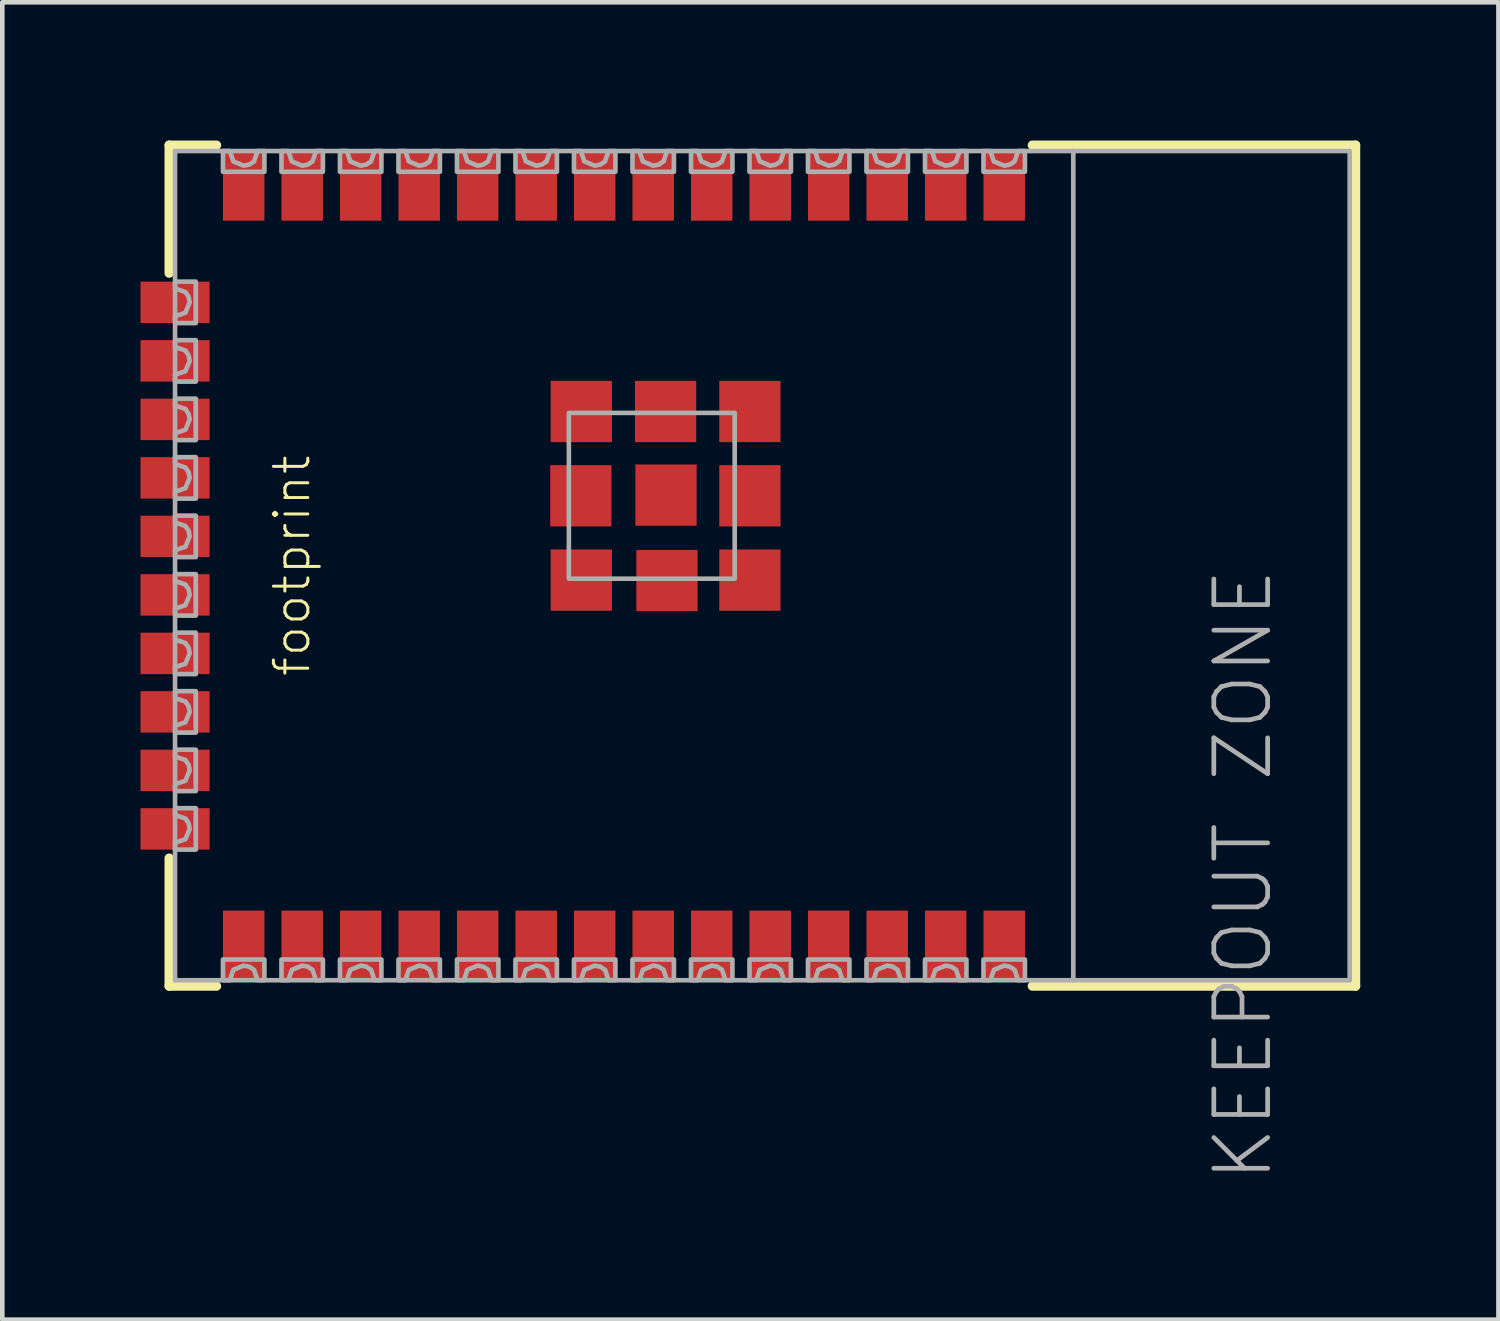
<source format=kicad_pcb>
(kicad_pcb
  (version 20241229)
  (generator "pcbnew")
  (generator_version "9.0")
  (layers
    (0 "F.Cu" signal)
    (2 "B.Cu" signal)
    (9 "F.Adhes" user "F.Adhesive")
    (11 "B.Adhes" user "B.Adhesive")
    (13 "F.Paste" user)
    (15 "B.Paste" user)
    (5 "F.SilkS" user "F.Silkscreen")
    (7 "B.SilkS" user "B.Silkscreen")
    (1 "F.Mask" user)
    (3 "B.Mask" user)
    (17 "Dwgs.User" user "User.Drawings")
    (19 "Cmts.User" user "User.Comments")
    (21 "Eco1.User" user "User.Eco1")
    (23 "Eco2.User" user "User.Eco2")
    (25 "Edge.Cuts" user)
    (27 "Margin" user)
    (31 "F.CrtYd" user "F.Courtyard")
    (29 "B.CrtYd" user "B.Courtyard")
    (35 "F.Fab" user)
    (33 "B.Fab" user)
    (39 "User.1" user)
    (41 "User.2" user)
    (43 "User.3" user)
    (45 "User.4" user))
  (footprint "footprint"
    (layer "F.Cu")
    (at 12.32 9.229)
    (property "Reference" "footprint" (at -9.03 0 90) (layer "F.SilkS") (effects (font (size 0.748 0.748) (thickness 0.065))))
    (fp_line (start -11.697 -9.127) (end -10.67 -9.127) (stroke (width 0.203) (type solid)) (layer "F.SilkS"))
    (fp_line (start -11.697 -6.35) (end -11.697 -9.127) (stroke (width 0.203) (type solid)) (layer "F.SilkS"))
    (fp_line (start -11.697 6.35) (end -11.697 9.127) (stroke (width 0.203) (type solid)) (layer "F.SilkS"))
    (fp_line (start -11.697 9.127) (end -10.67 9.127) (stroke (width 0.203) (type solid)) (layer "F.SilkS"))
    (fp_line (start 7.041 -9.127) (end 14.057 -9.127) (stroke (width 0.203) (type solid)) (layer "F.SilkS"))
    (fp_line (start 7.041 9.127) (end 14.057 9.127) (stroke (width 0.203) (type solid)) (layer "F.SilkS"))
    (fp_line (start 14.057 -9.127) (end 14.057 9.127) (stroke (width 0.203) (type solid)) (layer "F.SilkS"))
    (fp_line (start -11.57 -9) (end 7.93 -9) (stroke (width 0.1) (type solid)) (layer "F.Fab"))
    (fp_line (start -11.57 9) (end -11.57 -9) (stroke (width 0.1) (type solid)) (layer "F.Fab"))
    (fp_line (start 7.93 -9) (end 13.93 -9) (stroke (width 0.1) (type solid)) (layer "F.Fab"))
    (fp_line (start 7.93 9) (end -11.57 9) (stroke (width 0.1) (type solid)) (layer "F.Fab"))
    (fp_line (start 7.93 9) (end 7.93 -9) (stroke (width 0.1) (type solid)) (layer "F.Fab"))
    (fp_line (start 13.93 -9) (end 13.93 9) (stroke (width 0.1) (type solid)) (layer "F.Fab"))
    (fp_line (start 13.93 9) (end 7.93 9) (stroke (width 0.1) (type solid)) (layer "F.Fab"))
    (fp_poly (pts (xy -3.021 0.284) (xy 0.579 0.284) (xy 0.579 -3.316) (xy -3.021 -3.316)) (stroke (width 0.1) (type solid)) (fill no) (layer "F.Fab"))
    (fp_poly (pts (xy -10.53 9) (xy -10.53 8.55) (xy -9.63 8.55) (xy -9.63 9) (xy -9.78 9) (xy -9.855 8.775) (xy -9.958 8.706) (xy -10.08 8.682) (xy -10.305 8.775) (xy -10.38 9)) (stroke (width 0.1) (type solid)) (fill no) (layer "F.Fab"))
    (fp_poly (pts (xy -9.26 9) (xy -9.26 8.55) (xy -8.36 8.55) (xy -8.36 9) (xy -8.51 9) (xy -8.585 8.775) (xy -8.688 8.706) (xy -8.81 8.682) (xy -9.035 8.775) (xy -9.11 9)) (stroke (width 0.1) (type solid)) (fill no) (layer "F.Fab"))
    (fp_poly (pts (xy -7.99 9) (xy -7.99 8.55) (xy -7.09 8.55) (xy -7.09 9) (xy -7.24 9) (xy -7.315 8.775) (xy -7.418 8.706) (xy -7.54 8.682) (xy -7.765 8.775) (xy -7.84 9)) (stroke (width 0.1) (type solid)) (fill no) (layer "F.Fab"))
    (fp_poly (pts (xy -6.72 9) (xy -6.72 8.55) (xy -5.82 8.55) (xy -5.82 9) (xy -5.97 9) (xy -6.045 8.775) (xy -6.148 8.706) (xy -6.27 8.682) (xy -6.495 8.775) (xy -6.57 9)) (stroke (width 0.1) (type solid)) (fill no) (layer "F.Fab"))
    (fp_poly (pts (xy -5.45 9) (xy -5.45 8.55) (xy -4.55 8.55) (xy -4.55 9) (xy -4.7 9) (xy -4.775 8.775) (xy -4.878 8.706) (xy -5 8.682) (xy -5.225 8.775) (xy -5.3 9)) (stroke (width 0.1) (type solid)) (fill no) (layer "F.Fab"))
    (fp_poly (pts (xy -4.18 9) (xy -4.18 8.55) (xy -3.28 8.55) (xy -3.28 9) (xy -3.43 9) (xy -3.505 8.775) (xy -3.608 8.706) (xy -3.73 8.682) (xy -3.955 8.775) (xy -4.03 9)) (stroke (width 0.1) (type solid)) (fill no) (layer "F.Fab"))
    (fp_poly (pts (xy -2.91 9) (xy -2.91 8.55) (xy -2.01 8.55) (xy -2.01 9) (xy -2.16 9) (xy -2.235 8.775) (xy -2.338 8.706) (xy -2.46 8.682) (xy -2.685 8.775) (xy -2.76 9)) (stroke (width 0.1) (type solid)) (fill no) (layer "F.Fab"))
    (fp_poly (pts (xy -1.64 9) (xy -1.64 8.55) (xy -0.74 8.55) (xy -0.74 9) (xy -0.89 9) (xy -0.965 8.775) (xy -1.068 8.706) (xy -1.19 8.682) (xy -1.415 8.775) (xy -1.49 9)) (stroke (width 0.1) (type solid)) (fill no) (layer "F.Fab"))
    (fp_poly (pts (xy -11.12 -5.265) (xy -11.57 -5.265) (xy -11.57 -5.415) (xy -11.345 -5.49) (xy -11.252 -5.715) (xy -11.276 -5.837) (xy -11.345 -5.94) (xy -11.57 -6.015) (xy -11.57 -6.015) (xy -11.57 -6.165) (xy -11.12 -6.165)) (stroke (width 0.1) (type solid)) (fill no) (layer "F.Fab"))
    (fp_poly (pts (xy -11.12 -3.995) (xy -11.57 -3.995) (xy -11.57 -4.145) (xy -11.345 -4.22) (xy -11.252 -4.445) (xy -11.276 -4.567) (xy -11.345 -4.67) (xy -11.57 -4.745) (xy -11.57 -4.745) (xy -11.57 -4.895) (xy -11.12 -4.895)) (stroke (width 0.1) (type solid)) (fill no) (layer "F.Fab"))
    (fp_poly (pts (xy -11.12 -2.725) (xy -11.57 -2.725) (xy -11.57 -2.875) (xy -11.345 -2.95) (xy -11.252 -3.175) (xy -11.276 -3.297) (xy -11.345 -3.4) (xy -11.57 -3.475) (xy -11.57 -3.475) (xy -11.57 -3.625) (xy -11.12 -3.625)) (stroke (width 0.1) (type solid)) (fill no) (layer "F.Fab"))
    (fp_poly (pts (xy -11.12 -1.455) (xy -11.57 -1.455) (xy -11.57 -1.605) (xy -11.345 -1.68) (xy -11.252 -1.905) (xy -11.276 -2.027) (xy -11.345 -2.13) (xy -11.57 -2.205) (xy -11.57 -2.205) (xy -11.57 -2.355) (xy -11.12 -2.355)) (stroke (width 0.1) (type solid)) (fill no) (layer "F.Fab"))
    (fp_poly (pts (xy -11.12 -0.185) (xy -11.57 -0.185) (xy -11.57 -0.335) (xy -11.345 -0.41) (xy -11.252 -0.635) (xy -11.276 -0.757) (xy -11.345 -0.86) (xy -11.57 -0.935) (xy -11.57 -0.935) (xy -11.57 -1.085) (xy -11.12 -1.085)) (stroke (width 0.1) (type solid)) (fill no) (layer "F.Fab"))
    (fp_poly (pts (xy -11.12 1.085) (xy -11.57 1.085) (xy -11.57 0.935) (xy -11.345 0.86) (xy -11.345 0.86) (xy -11.252 0.635) (xy -11.276 0.513) (xy -11.345 0.41) (xy -11.57 0.335) (xy -11.57 0.185) (xy -11.12 0.185)) (stroke (width 0.1) (type solid)) (fill no) (layer "F.Fab"))
    (fp_poly (pts (xy -11.12 2.355) (xy -11.57 2.355) (xy -11.57 2.205) (xy -11.345 2.13) (xy -11.345 2.13) (xy -11.252 1.905) (xy -11.276 1.783) (xy -11.345 1.68) (xy -11.57 1.605) (xy -11.57 1.455) (xy -11.12 1.455)) (stroke (width 0.1) (type solid)) (fill no) (layer "F.Fab"))
    (fp_poly (pts (xy -11.12 3.625) (xy -11.57 3.625) (xy -11.57 3.475) (xy -11.345 3.4) (xy -11.345 3.4) (xy -11.252 3.175) (xy -11.276 3.053) (xy -11.345 2.95) (xy -11.57 2.875) (xy -11.57 2.725) (xy -11.12 2.725)) (stroke (width 0.1) (type solid)) (fill no) (layer "F.Fab"))
    (fp_poly (pts (xy -11.12 4.895) (xy -11.57 4.895) (xy -11.57 4.745) (xy -11.345 4.67) (xy -11.345 4.67) (xy -11.252 4.445) (xy -11.276 4.323) (xy -11.345 4.22) (xy -11.57 4.145) (xy -11.57 3.995) (xy -11.12 3.995)) (stroke (width 0.1) (type solid)) (fill no) (layer "F.Fab"))
    (fp_poly (pts (xy -11.12 6.165) (xy -11.57 6.165) (xy -11.57 6.015) (xy -11.345 5.94) (xy -11.345 5.94) (xy -11.252 5.715) (xy -11.276 5.593) (xy -11.345 5.49) (xy -11.57 5.415) (xy -11.57 5.265) (xy -11.12 5.265)) (stroke (width 0.1) (type solid)) (fill no) (layer "F.Fab"))
    (fp_poly (pts (xy -10.305 -8.775) (xy -10.305 -8.775) (xy -10.08 -8.682) (xy -9.958 -8.706) (xy -9.855 -8.775) (xy -9.78 -9) (xy -9.63 -9) (xy -9.63 -8.55) (xy -10.53 -8.55) (xy -10.53 -9) (xy -10.38 -9)) (stroke (width 0.1) (type solid)) (fill no) (layer "F.Fab"))
    (fp_poly (pts (xy -9.035 -8.775) (xy -9.035 -8.775) (xy -8.81 -8.682) (xy -8.688 -8.706) (xy -8.585 -8.775) (xy -8.51 -9) (xy -8.36 -9) (xy -8.36 -8.55) (xy -9.26 -8.55) (xy -9.26 -9) (xy -9.11 -9)) (stroke (width 0.1) (type solid)) (fill no) (layer "F.Fab"))
    (fp_poly (pts (xy -7.765 -8.775) (xy -7.765 -8.775) (xy -7.54 -8.682) (xy -7.418 -8.706) (xy -7.315 -8.775) (xy -7.24 -9) (xy -7.09 -9) (xy -7.09 -8.55) (xy -7.99 -8.55) (xy -7.99 -9) (xy -7.84 -9)) (stroke (width 0.1) (type solid)) (fill no) (layer "F.Fab"))
    (fp_poly (pts (xy -6.495 -8.775) (xy -6.495 -8.775) (xy -6.27 -8.682) (xy -6.148 -8.706) (xy -6.045 -8.775) (xy -5.97 -9) (xy -5.82 -9) (xy -5.82 -8.55) (xy -6.72 -8.55) (xy -6.72 -9) (xy -6.57 -9)) (stroke (width 0.1) (type solid)) (fill no) (layer "F.Fab"))
    (fp_poly (pts (xy -5.225 -8.775) (xy -5.225 -8.775) (xy -5 -8.682) (xy -4.878 -8.706) (xy -4.775 -8.775) (xy -4.7 -9) (xy -4.55 -9) (xy -4.55 -8.55) (xy -5.45 -8.55) (xy -5.45 -9) (xy -5.3 -9)) (stroke (width 0.1) (type solid)) (fill no) (layer "F.Fab"))
    (fp_poly (pts (xy -3.955 -8.775) (xy -3.955 -8.775) (xy -3.73 -8.682) (xy -3.608 -8.706) (xy -3.505 -8.775) (xy -3.43 -9) (xy -3.28 -9) (xy -3.28 -8.55) (xy -4.18 -8.55) (xy -4.18 -9) (xy -4.03 -9)) (stroke (width 0.1) (type solid)) (fill no) (layer "F.Fab"))
    (fp_poly (pts (xy -2.685 -8.775) (xy -2.685 -8.775) (xy -2.46 -8.682) (xy -2.338 -8.706) (xy -2.235 -8.775) (xy -2.16 -9) (xy -2.01 -9) (xy -2.01 -8.55) (xy -2.91 -8.55) (xy -2.91 -9) (xy -2.76 -9)) (stroke (width 0.1) (type solid)) (fill no) (layer "F.Fab"))
    (fp_poly (pts (xy -1.415 -8.775) (xy -1.415 -8.775) (xy -1.19 -8.682) (xy -1.068 -8.706) (xy -0.965 -8.775) (xy -0.89 -9) (xy -0.74 -9) (xy -0.74 -8.55) (xy -1.64 -8.55) (xy -1.64 -9) (xy -1.49 -9)) (stroke (width 0.1) (type solid)) (fill no) (layer "F.Fab"))
    (fp_poly (pts (xy 0.38 -9) (xy 0.53 -9) (xy 0.53 -8.55) (xy -0.37 -8.55) (xy -0.37 -9) (xy -0.22 -9) (xy -0.145 -8.775) (xy 0.08 -8.682) (xy 0.202 -8.706) (xy 0.305 -8.775) (xy 0.38 -9)) (stroke (width 0.1) (type solid)) (fill no) (layer "F.Fab"))
    (fp_poly (pts (xy 0.53 9) (xy 0.38 9) (xy 0.38 9) (xy 0.305 8.775) (xy 0.202 8.706) (xy 0.08 8.682) (xy -0.145 8.775) (xy -0.22 9) (xy -0.37 9) (xy -0.37 8.55) (xy 0.53 8.55)) (stroke (width 0.1) (type solid)) (fill no) (layer "F.Fab"))
    (fp_poly (pts (xy 1.65 -9) (xy 1.8 -9) (xy 1.8 -8.55) (xy 0.9 -8.55) (xy 0.9 -9) (xy 1.05 -9) (xy 1.125 -8.775) (xy 1.35 -8.682) (xy 1.472 -8.706) (xy 1.575 -8.775) (xy 1.65 -9)) (stroke (width 0.1) (type solid)) (fill no) (layer "F.Fab"))
    (fp_poly (pts (xy 1.8 9) (xy 1.65 9) (xy 1.65 9) (xy 1.575 8.775) (xy 1.472 8.706) (xy 1.35 8.682) (xy 1.125 8.775) (xy 1.05 9) (xy 0.9 9) (xy 0.9 8.55) (xy 1.8 8.55)) (stroke (width 0.1) (type solid)) (fill no) (layer "F.Fab"))
    (fp_poly (pts (xy 2.92 -9) (xy 3.07 -9) (xy 3.07 -8.55) (xy 2.17 -8.55) (xy 2.17 -9) (xy 2.32 -9) (xy 2.395 -8.775) (xy 2.62 -8.682) (xy 2.742 -8.706) (xy 2.845 -8.775) (xy 2.92 -9)) (stroke (width 0.1) (type solid)) (fill no) (layer "F.Fab"))
    (fp_poly (pts (xy 3.07 9) (xy 2.92 9) (xy 2.92 9) (xy 2.845 8.775) (xy 2.742 8.706) (xy 2.62 8.682) (xy 2.395 8.775) (xy 2.32 9) (xy 2.17 9) (xy 2.17 8.55) (xy 3.07 8.55)) (stroke (width 0.1) (type solid)) (fill no) (layer "F.Fab"))
    (fp_poly (pts (xy 4.19 -9) (xy 4.34 -9) (xy 4.34 -8.55) (xy 3.44 -8.55) (xy 3.44 -9) (xy 3.59 -9) (xy 3.665 -8.775) (xy 3.89 -8.682) (xy 4.012 -8.706) (xy 4.115 -8.775) (xy 4.19 -9)) (stroke (width 0.1) (type solid)) (fill no) (layer "F.Fab"))
    (fp_poly (pts (xy 4.34 9) (xy 4.19 9) (xy 4.19 9) (xy 4.115 8.775) (xy 4.012 8.706) (xy 3.89 8.682) (xy 3.665 8.775) (xy 3.59 9) (xy 3.44 9) (xy 3.44 8.55) (xy 4.34 8.55)) (stroke (width 0.1) (type solid)) (fill no) (layer "F.Fab"))
    (fp_poly (pts (xy 5.46 -9) (xy 5.61 -9) (xy 5.61 -8.55) (xy 4.71 -8.55) (xy 4.71 -9) (xy 4.86 -9) (xy 4.935 -8.775) (xy 5.16 -8.682) (xy 5.282 -8.706) (xy 5.385 -8.775) (xy 5.46 -9)) (stroke (width 0.1) (type solid)) (fill no) (layer "F.Fab"))
    (fp_poly (pts (xy 5.61 9) (xy 5.46 9) (xy 5.46 9) (xy 5.385 8.775) (xy 5.282 8.706) (xy 5.16 8.682) (xy 4.935 8.775) (xy 4.86 9) (xy 4.71 9) (xy 4.71 8.55) (xy 5.61 8.55)) (stroke (width 0.1) (type solid)) (fill no) (layer "F.Fab"))
    (fp_poly (pts (xy 6.73 -9) (xy 6.88 -9) (xy 6.88 -8.55) (xy 5.98 -8.55) (xy 5.98 -9) (xy 6.13 -9) (xy 6.205 -8.775) (xy 6.43 -8.682) (xy 6.552 -8.706) (xy 6.655 -8.775) (xy 6.73 -9)) (stroke (width 0.1) (type solid)) (fill no) (layer "F.Fab"))
    (fp_poly (pts (xy 6.88 9) (xy 6.73 9) (xy 6.73 9) (xy 6.655 8.775) (xy 6.552 8.706) (xy 6.43 8.682) (xy 6.205 8.775) (xy 6.13 9) (xy 5.98 9) (xy 5.98 8.55) (xy 6.88 8.55)) (stroke (width 0.1) (type solid)) (fill no) (layer "F.Fab"))
    (fp_text user "KEEPOUT ZONE" (at 10.93 0 90) (layer "F.Fab") (effects (font (size 1.168 1.168) (thickness 0.102)) (justify right top)))
    (pad "1" smd rect (at 6.43 -8.238) (size 0.9 1.5) (layers "F.Cu" "F.Mask" "F.Paste"))
    (pad "2" smd rect (at 5.16 -8.238) (size 0.9 1.5) (layers "F.Cu" "F.Mask" "F.Paste"))
    (pad "3" smd rect (at 3.89 -8.238) (size 0.9 1.5) (layers "F.Cu" "F.Mask" "F.Paste"))
    (pad "4" smd rect (at 2.62 -8.238) (size 0.9 1.5) (layers "F.Cu" "F.Mask" "F.Paste"))
    (pad "5" smd rect (at 1.35 -8.238) (size 0.9 1.5) (layers "F.Cu" "F.Mask" "F.Paste"))
    (pad "6" smd rect (at 0.08 -8.238) (size 0.9 1.5) (layers "F.Cu" "F.Mask" "F.Paste"))
    (pad "7" smd rect (at -1.19 -8.238) (size 0.9 1.5) (layers "F.Cu" "F.Mask" "F.Paste"))
    (pad "8" smd rect (at -2.46 -8.238) (size 0.9 1.5) (layers "F.Cu" "F.Mask" "F.Paste"))
    (pad "9" smd rect (at -3.73 -8.238) (size 0.9 1.5) (layers "F.Cu" "F.Mask" "F.Paste"))
    (pad "10" smd rect (at -5 -8.238) (size 0.9 1.5) (layers "F.Cu" "F.Mask" "F.Paste"))
    (pad "11" smd rect (at -6.27 -8.238) (size 0.9 1.5) (layers "F.Cu" "F.Mask" "F.Paste"))
    (pad "12" smd rect (at -7.54 -8.238) (size 0.9 1.5) (layers "F.Cu" "F.Mask" "F.Paste"))
    (pad "13" smd rect (at -8.81 -8.238) (size 0.9 1.5) (layers "F.Cu" "F.Mask" "F.Paste"))
    (pad "14" smd rect (at -10.08 -8.238) (size 0.9 1.5) (layers "F.Cu" "F.Mask" "F.Paste"))
    (pad "15" smd rect (at -11.57 -5.715 90) (size 0.9 1.5) (layers "F.Cu" "F.Mask" "F.Paste"))
    (pad "16" smd rect (at -11.57 -4.445 90) (size 0.9 1.5) (layers "F.Cu" "F.Mask" "F.Paste"))
    (pad "17" smd rect (at -11.57 -3.175 90) (size 0.9 1.5) (layers "F.Cu" "F.Mask" "F.Paste"))
    (pad "18" smd rect (at -11.57 -1.905 90) (size 0.9 1.5) (layers "F.Cu" "F.Mask" "F.Paste"))
    (pad "19" smd rect (at -11.57 -0.635 90) (size 0.9 1.5) (layers "F.Cu" "F.Mask" "F.Paste"))
    (pad "20" smd rect (at -11.57 0.635 90) (size 0.9 1.5) (layers "F.Cu" "F.Mask" "F.Paste"))
    (pad "21" smd rect (at -11.57 1.905 90) (size 0.9 1.5) (layers "F.Cu" "F.Mask" "F.Paste"))
    (pad "22" smd rect (at -11.57 3.175 90) (size 0.9 1.5) (layers "F.Cu" "F.Mask" "F.Paste"))
    (pad "23" smd rect (at -11.57 4.445 90) (size 0.9 1.5) (layers "F.Cu" "F.Mask" "F.Paste"))
    (pad "24" smd rect (at -11.57 5.715 90) (size 0.9 1.5) (layers "F.Cu" "F.Mask" "F.Paste"))
    (pad "25" smd rect (at -10.08 8.238) (size 0.9 1.5) (layers "F.Cu" "F.Mask" "F.Paste"))
    (pad "26" smd rect (at -8.81 8.238) (size 0.9 1.5) (layers "F.Cu" "F.Mask" "F.Paste"))
    (pad "27" smd rect (at -7.54 8.238) (size 0.9 1.5) (layers "F.Cu" "F.Mask" "F.Paste"))
    (pad "28" smd rect (at -6.27 8.238) (size 0.9 1.5) (layers "F.Cu" "F.Mask" "F.Paste"))
    (pad "29" smd rect (at -5 8.238) (size 0.9 1.5) (layers "F.Cu" "F.Mask" "F.Paste"))
    (pad "30" smd rect (at -3.73 8.238) (size 0.9 1.5) (layers "F.Cu" "F.Mask" "F.Paste"))
    (pad "31" smd rect (at -2.46 8.238) (size 0.9 1.5) (layers "F.Cu" "F.Mask" "F.Paste"))
    (pad "32" smd rect (at -1.19 8.238) (size 0.9 1.5) (layers "F.Cu" "F.Mask" "F.Paste"))
    (pad "33" smd rect (at 0.08 8.238) (size 0.9 1.5) (layers "F.Cu" "F.Mask" "F.Paste"))
    (pad "34" smd rect (at 1.35 8.238) (size 0.9 1.5) (layers "F.Cu" "F.Mask" "F.Paste"))
    (pad "35" smd rect (at 2.62 8.238) (size 0.9 1.5) (layers "F.Cu" "F.Mask" "F.Paste"))
    (pad "36" smd rect (at 3.89 8.238) (size 0.9 1.5) (layers "F.Cu" "F.Mask" "F.Paste"))
    (pad "37" smd rect (at 5.16 8.238) (size 0.9 1.5) (layers "F.Cu" "F.Mask" "F.Paste"))
    (pad "38" smd rect (at 6.43 8.238) (size 0.9 1.5) (layers "F.Cu" "F.Mask" "F.Paste"))
    (pad "GND1" smd rect (at -0.912 -1.531) (size 1.33 1.33) (layers "F.Cu" "F.Mask" "F.Paste"))
    (pad "GNDT1" smd rect (at -2.751 -3.346) (size 1.33 1.33) (layers "F.Cu" "F.Mask" "F.Paste"))
    (pad "GNDT2" smd rect (at -2.761 -1.516) (size 1.33 1.33) (layers "F.Cu" "F.Mask" "F.Paste"))
    (pad "GNDT3" smd rect (at -2.751 0.314) (size 1.33 1.33) (layers "F.Cu" "F.Mask" "F.Paste"))
    (pad "GNDT4" smd rect (at -0.891 0.324) (size 1.33 1.33) (layers "F.Cu" "F.Mask" "F.Paste"))
    (pad "GNDT5" smd rect (at 0.909 0.314) (size 1.33 1.33) (layers "F.Cu" "F.Mask" "F.Paste"))
    (pad "GNDT6" smd rect (at 0.909 -1.516) (size 1.33 1.33) (layers "F.Cu" "F.Mask" "F.Paste"))
    (pad "GNDT7" smd rect (at 0.909 -3.346) (size 1.33 1.33) (layers "F.Cu" "F.Mask" "F.Paste"))
    (pad "GNDT8" smd rect (at -0.921 -3.346) (size 1.33 1.33) (layers "F.Cu" "F.Mask" "F.Paste")))
  (gr_rect
    (start -3 -3)
    (end 29.479 25.597)
    (stroke (width 0.1) (type default))
    (fill no)
    (layer "Edge.Cuts")))
</source>
